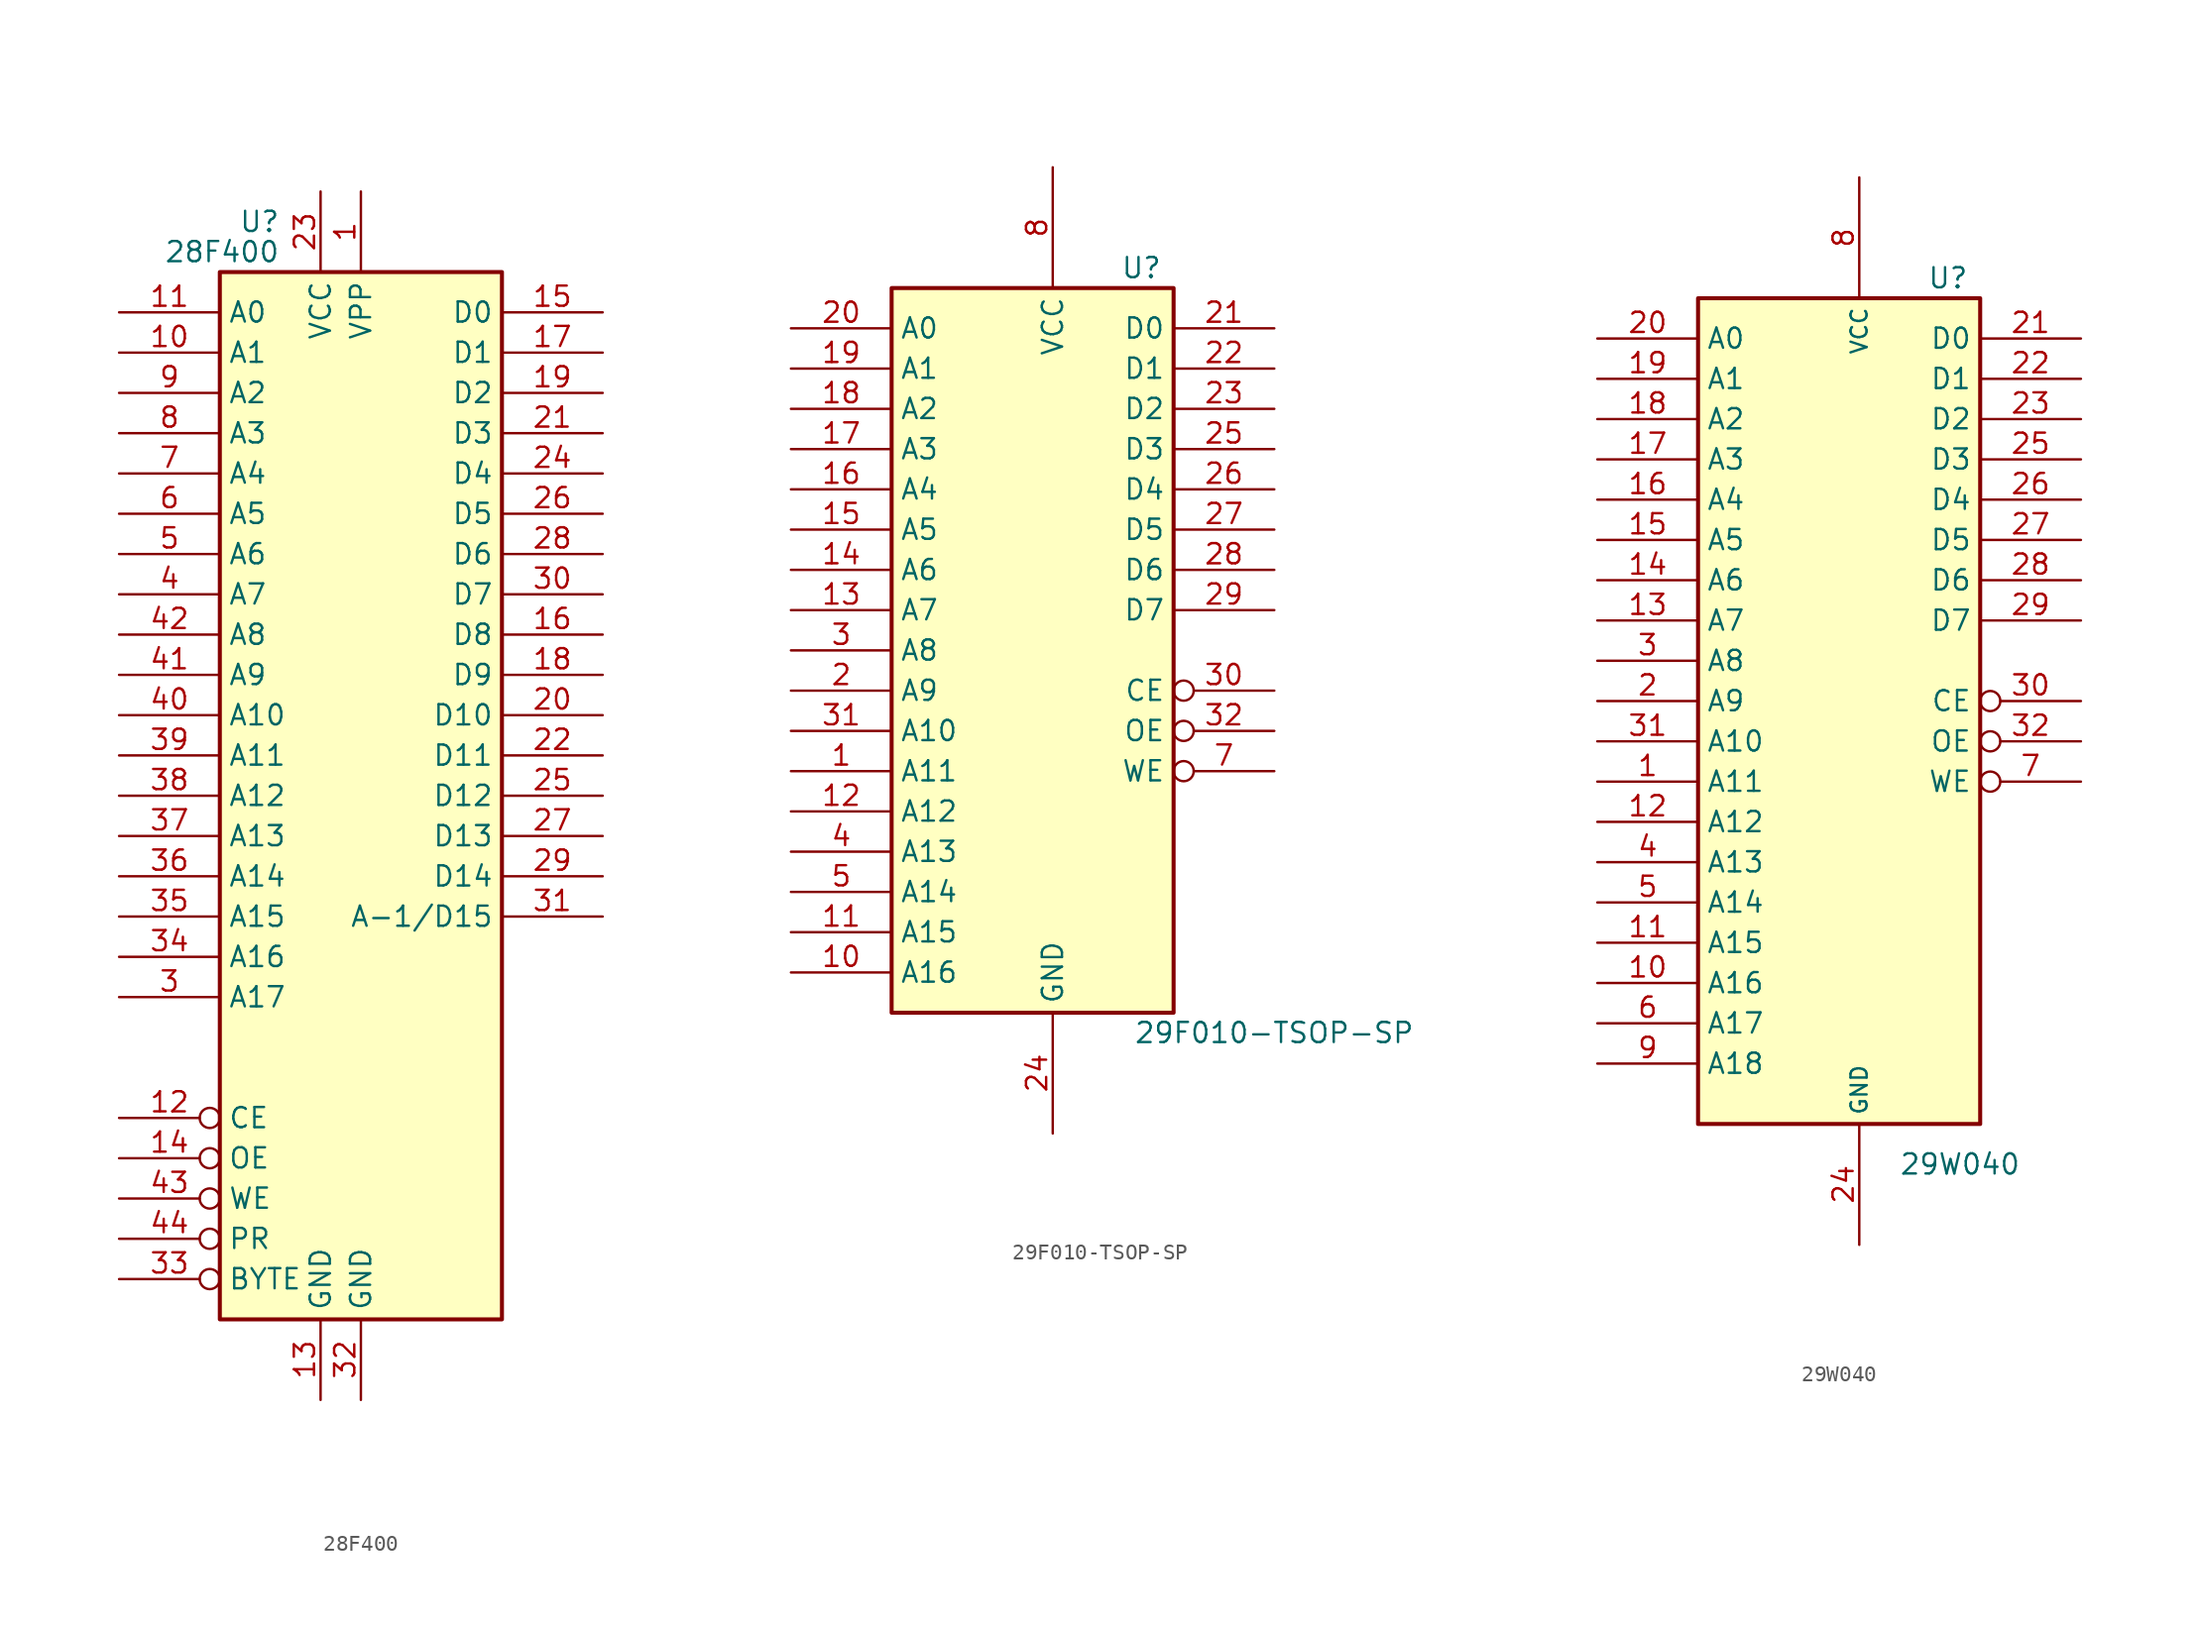
<source format=kicad_sym>
(kicad_symbol_lib
  (version 20200820)
  (host kicad_symbol_editor "5.99.0-a2341f0f33-1-1")
  (symbol "Memory_Flash:28F400"
    (pin_names
      (offset 0.508))
    (property "Reference" "U"
      (at -5.08 36.195 0)
      (effects (font (size 1.27 1.27)) (justify right)))
    (property "Value" "28F400"
      (at -5.08 34.29 0)
      (effects (font (size 1.27 1.27)) (justify right)))
    (symbol "28F400_0_1"
      (rectangle (start -8.89 33.02) (end 8.89 -33.02) (stroke (width 0.254)) (fill (type background))))
    (symbol "28F400_1_1"
      (pin power_in line (at 0 38.1 270) (length 5.08) (name "VPP" (effects (font (size 1.27 1.27)))) (number "1" (effects (font (size 1.27 1.27)))))
      (pin input line (at -15.24 27.94 0) (length 6.35) (name "A1" (effects (font (size 1.27 1.27)))) (number "10" (effects (font (size 1.27 1.27)))))
      (pin input line (at -15.24 30.48 0) (length 6.35) (name "A0" (effects (font (size 1.27 1.27)))) (number "11" (effects (font (size 1.27 1.27)))))
      (pin input inverted (at -15.24 -20.32 0) (length 6.35) (name "CE" (effects (font (size 1.27 1.27)))) (number "12" (effects (font (size 1.27 1.27)))))
      (pin power_in line (at -2.54 -38.1 90) (length 5.08) (name "GND" (effects (font (size 1.27 1.27)))) (number "13" (effects (font (size 1.27 1.27)))))
      (pin input inverted (at -15.24 -22.86 0) (length 6.35) (name "OE" (effects (font (size 1.27 1.27)))) (number "14" (effects (font (size 1.27 1.27)))))
      (pin tri_state line (at 15.24 30.48 180) (length 6.35) (name "D0" (effects (font (size 1.27 1.27)))) (number "15" (effects (font (size 1.27 1.27)))))
      (pin tri_state line (at 15.24 10.16 180) (length 6.35) (name "D8" (effects (font (size 1.27 1.27)))) (number "16" (effects (font (size 1.27 1.27)))))
      (pin tri_state line (at 15.24 27.94 180) (length 6.35) (name "D1" (effects (font (size 1.27 1.27)))) (number "17" (effects (font (size 1.27 1.27)))))
      (pin tri_state line (at 15.24 7.62 180) (length 6.35) (name "D9" (effects (font (size 1.27 1.27)))) (number "18" (effects (font (size 1.27 1.27)))))
      (pin tri_state line (at 15.24 25.4 180) (length 6.35) (name "D2" (effects (font (size 1.27 1.27)))) (number "19" (effects (font (size 1.27 1.27)))))
      (pin unconnected line (at 15.24 -30.48 180) (length 6.35) hide (name "DU" (effects (font (size 1.27 1.27)))) (number "2" (effects (font (size 1.27 1.27)))))
      (pin tri_state line (at 15.24 5.08 180) (length 6.35) (name "D10" (effects (font (size 1.27 1.27)))) (number "20" (effects (font (size 1.27 1.27)))))
      (pin tri_state line (at 15.24 22.86 180) (length 6.35) (name "D3" (effects (font (size 1.27 1.27)))) (number "21" (effects (font (size 1.27 1.27)))))
      (pin tri_state line (at 15.24 2.54 180) (length 6.35) (name "D11" (effects (font (size 1.27 1.27)))) (number "22" (effects (font (size 1.27 1.27)))))
      (pin power_in line (at -2.54 38.1 270) (length 5.08) (name "VCC" (effects (font (size 1.27 1.27)))) (number "23" (effects (font (size 1.27 1.27)))))
      (pin tri_state line (at 15.24 20.32 180) (length 6.35) (name "D4" (effects (font (size 1.27 1.27)))) (number "24" (effects (font (size 1.27 1.27)))))
      (pin tri_state line (at 15.24 0 180) (length 6.35) (name "D12" (effects (font (size 1.27 1.27)))) (number "25" (effects (font (size 1.27 1.27)))))
      (pin tri_state line (at 15.24 17.78 180) (length 6.35) (name "D5" (effects (font (size 1.27 1.27)))) (number "26" (effects (font (size 1.27 1.27)))))
      (pin tri_state line (at 15.24 -2.54 180) (length 6.35) (name "D13" (effects (font (size 1.27 1.27)))) (number "27" (effects (font (size 1.27 1.27)))))
      (pin tri_state line (at 15.24 15.24 180) (length 6.35) (name "D6" (effects (font (size 1.27 1.27)))) (number "28" (effects (font (size 1.27 1.27)))))
      (pin tri_state line (at 15.24 -5.08 180) (length 6.35) (name "D14" (effects (font (size 1.27 1.27)))) (number "29" (effects (font (size 1.27 1.27)))))
      (pin input line (at -15.24 -12.7 0) (length 6.35) (name "A17" (effects (font (size 1.27 1.27)))) (number "3" (effects (font (size 1.27 1.27)))))
      (pin tri_state line (at 15.24 12.7 180) (length 6.35) (name "D7" (effects (font (size 1.27 1.27)))) (number "30" (effects (font (size 1.27 1.27)))))
      (pin tri_state line (at 15.24 -7.62 180) (length 6.35) (name "A-1/D15" (effects (font (size 1.27 1.27)))) (number "31" (effects (font (size 1.27 1.27)))))
      (pin power_in line (at 0 -38.1 90) (length 5.08) (name "GND" (effects (font (size 1.27 1.27)))) (number "32" (effects (font (size 1.27 1.27)))))
      (pin input inverted (at -15.24 -30.48 0) (length 6.35) (name "BYTE" (effects (font (size 1.27 1.27)))) (number "33" (effects (font (size 1.27 1.27)))))
      (pin input line (at -15.24 -10.16 0) (length 6.35) (name "A16" (effects (font (size 1.27 1.27)))) (number "34" (effects (font (size 1.27 1.27)))))
      (pin input line (at -15.24 -7.62 0) (length 6.35) (name "A15" (effects (font (size 1.27 1.27)))) (number "35" (effects (font (size 1.27 1.27)))))
      (pin input line (at -15.24 -5.08 0) (length 6.35) (name "A14" (effects (font (size 1.27 1.27)))) (number "36" (effects (font (size 1.27 1.27)))))
      (pin input line (at -15.24 -2.54 0) (length 6.35) (name "A13" (effects (font (size 1.27 1.27)))) (number "37" (effects (font (size 1.27 1.27)))))
      (pin input line (at -15.24 0 0) (length 6.35) (name "A12" (effects (font (size 1.27 1.27)))) (number "38" (effects (font (size 1.27 1.27)))))
      (pin input line (at -15.24 2.54 0) (length 6.35) (name "A11" (effects (font (size 1.27 1.27)))) (number "39" (effects (font (size 1.27 1.27)))))
      (pin input line (at -15.24 12.7 0) (length 6.35) (name "A7" (effects (font (size 1.27 1.27)))) (number "4" (effects (font (size 1.27 1.27)))))
      (pin input line (at -15.24 5.08 0) (length 6.35) (name "A10" (effects (font (size 1.27 1.27)))) (number "40" (effects (font (size 1.27 1.27)))))
      (pin input line (at -15.24 7.62 0) (length 6.35) (name "A9" (effects (font (size 1.27 1.27)))) (number "41" (effects (font (size 1.27 1.27)))))
      (pin input line (at -15.24 10.16 0) (length 6.35) (name "A8" (effects (font (size 1.27 1.27)))) (number "42" (effects (font (size 1.27 1.27)))))
      (pin input inverted (at -15.24 -25.4 0) (length 6.35) (name "WE" (effects (font (size 1.27 1.27)))) (number "43" (effects (font (size 1.27 1.27)))))
      (pin input inverted (at -15.24 -27.94 0) (length 6.35) (name "PR" (effects (font (size 1.27 1.27)))) (number "44" (effects (font (size 1.27 1.27)))))
      (pin input line (at -15.24 15.24 0) (length 6.35) (name "A6" (effects (font (size 1.27 1.27)))) (number "5" (effects (font (size 1.27 1.27)))))
      (pin input line (at -15.24 17.78 0) (length 6.35) (name "A5" (effects (font (size 1.27 1.27)))) (number "6" (effects (font (size 1.27 1.27)))))
      (pin input line (at -15.24 20.32 0) (length 6.35) (name "A4" (effects (font (size 1.27 1.27)))) (number "7" (effects (font (size 1.27 1.27)))))
      (pin input line (at -15.24 22.86 0) (length 6.35) (name "A3" (effects (font (size 1.27 1.27)))) (number "8" (effects (font (size 1.27 1.27)))))
      (pin input line (at -15.24 25.4 0) (length 6.35) (name "A2" (effects (font (size 1.27 1.27)))) (number "9" (effects (font (size 1.27 1.27)))))))
  (symbol "Memory_Flash:29F010-TSOP-SP"
    (pin_names
      (offset 0.508))
    (property "Reference" "U"
      (at 6.858 24.13 0)
      (effects (font (size 1.27 1.27))))
    (property "Value" "29F010-TSOP-SP"
      (at 15.24 -24.13 0)
      (effects (font (size 1.27 1.27))))
    (symbol "29F010-TSOP-SP_0_1"
      (rectangle (start -8.89 -22.86) (end 8.89 22.86) (stroke (width 0.254)) (fill (type background))))
    (symbol "29F010-TSOP-SP_1_1"
      (pin input line (at -15.24 -7.62 0) (length 6.35) (name "A11" (effects (font (size 1.27 1.27)))) (number "1" (effects (font (size 1.27 1.27)))))
      (pin input line (at -15.24 -20.32 0) (length 6.35) (name "A16" (effects (font (size 1.27 1.27)))) (number "10" (effects (font (size 1.27 1.27)))))
      (pin input line (at -15.24 -17.78 0) (length 6.35) (name "A15" (effects (font (size 1.27 1.27)))) (number "11" (effects (font (size 1.27 1.27)))))
      (pin input line (at -15.24 -10.16 0) (length 6.35) (name "A12" (effects (font (size 1.27 1.27)))) (number "12" (effects (font (size 1.27 1.27)))))
      (pin input line (at -15.24 2.54 0) (length 6.35) (name "A7" (effects (font (size 1.27 1.27)))) (number "13" (effects (font (size 1.27 1.27)))))
      (pin input line (at -15.24 5.08 0) (length 6.35) (name "A6" (effects (font (size 1.27 1.27)))) (number "14" (effects (font (size 1.27 1.27)))))
      (pin input line (at -15.24 7.62 0) (length 6.35) (name "A5" (effects (font (size 1.27 1.27)))) (number "15" (effects (font (size 1.27 1.27)))))
      (pin input line (at -15.24 10.16 0) (length 6.35) (name "A4" (effects (font (size 1.27 1.27)))) (number "16" (effects (font (size 1.27 1.27)))))
      (pin input line (at -15.24 12.7 0) (length 6.35) (name "A3" (effects (font (size 1.27 1.27)))) (number "17" (effects (font (size 1.27 1.27)))))
      (pin input line (at -15.24 15.24 0) (length 6.35) (name "A2" (effects (font (size 1.27 1.27)))) (number "18" (effects (font (size 1.27 1.27)))))
      (pin input line (at -15.24 17.78 0) (length 6.35) (name "A1" (effects (font (size 1.27 1.27)))) (number "19" (effects (font (size 1.27 1.27)))))
      (pin input line (at -15.24 -2.54 0) (length 6.35) (name "A9" (effects (font (size 1.27 1.27)))) (number "2" (effects (font (size 1.27 1.27)))))
      (pin input line (at -15.24 20.32 0) (length 6.35) (name "A0" (effects (font (size 1.27 1.27)))) (number "20" (effects (font (size 1.27 1.27)))))
      (pin tri_state line (at 15.24 20.32 180) (length 6.35) (name "D0" (effects (font (size 1.27 1.27)))) (number "21" (effects (font (size 1.27 1.27)))))
      (pin tri_state line (at 15.24 17.78 180) (length 6.35) (name "D1" (effects (font (size 1.27 1.27)))) (number "22" (effects (font (size 1.27 1.27)))))
      (pin tri_state line (at 15.24 15.24 180) (length 6.35) (name "D2" (effects (font (size 1.27 1.27)))) (number "23" (effects (font (size 1.27 1.27)))))
      (pin input line (at 1.27 -30.48 90) (length 7.62) (name "GND" (effects (font (size 1.27 1.27)))) (number "24" (effects (font (size 1.27 1.27)))))
      (pin tri_state line (at 15.24 12.7 180) (length 6.35) (name "D3" (effects (font (size 1.27 1.27)))) (number "25" (effects (font (size 1.27 1.27)))))
      (pin tri_state line (at 15.24 10.16 180) (length 6.35) (name "D4" (effects (font (size 1.27 1.27)))) (number "26" (effects (font (size 1.27 1.27)))))
      (pin tri_state line (at 15.24 7.62 180) (length 6.35) (name "D5" (effects (font (size 1.27 1.27)))) (number "27" (effects (font (size 1.27 1.27)))))
      (pin tri_state line (at 15.24 5.08 180) (length 6.35) (name "D6" (effects (font (size 1.27 1.27)))) (number "28" (effects (font (size 1.27 1.27)))))
      (pin tri_state line (at 15.24 2.54 180) (length 6.35) (name "D7" (effects (font (size 1.27 1.27)))) (number "29" (effects (font (size 1.27 1.27)))))
      (pin input line (at -15.24 0 0) (length 6.35) (name "A8" (effects (font (size 1.27 1.27)))) (number "3" (effects (font (size 1.27 1.27)))))
      (pin input inverted (at 15.24 -2.54 180) (length 6.35) (name "CE" (effects (font (size 1.27 1.27)))) (number "30" (effects (font (size 1.27 1.27)))))
      (pin input line (at -15.24 -5.08 0) (length 6.35) (name "A10" (effects (font (size 1.27 1.27)))) (number "31" (effects (font (size 1.27 1.27)))))
      (pin input inverted (at 15.24 -5.08 180) (length 6.35) (name "OE" (effects (font (size 1.27 1.27)))) (number "32" (effects (font (size 1.27 1.27)))))
      (pin input line (at -15.24 -12.7 0) (length 6.35) (name "A13" (effects (font (size 1.27 1.27)))) (number "4" (effects (font (size 1.27 1.27)))))
      (pin input line (at -15.24 -15.24 0) (length 6.35) (name "A14" (effects (font (size 1.27 1.27)))) (number "5" (effects (font (size 1.27 1.27)))))
      (pin input inverted (at 15.24 -7.62 180) (length 6.35) (name "WE" (effects (font (size 1.27 1.27)))) (number "7" (effects (font (size 1.27 1.27)))))
      (pin input line (at 1.27 30.48 270) (length 7.62) (name "VCC" (effects (font (size 1.27 1.27)))) (number "8" (effects (font (size 1.27 1.27)))))))
  (symbol "Memory_Flash:29W040"
    (pin_names
      (offset 0.508))
    (property "Reference" "U"
      (at 6.858 24.13 0)
      (effects (font (size 1.27 1.27))))
    (property "Value" "29W040"
      (at 7.62 -31.75 0)
      (effects (font (size 1.27 1.27))))
    (symbol "29W040_0_1"
      (rectangle (start -8.89 22.86) (end 8.89 -29.21) (stroke (width 0.254)) (fill (type background))))
    (symbol "29W040_1_1"
      (pin input line (at -15.24 -7.62 0) (length 6.35) (name "A11" (effects (font (size 1.27 1.27)))) (number "1" (effects (font (size 1.27 1.27)))))
      (pin input line (at -15.24 -20.32 0) (length 6.35) (name "A16" (effects (font (size 1.27 1.27)))) (number "10" (effects (font (size 1.27 1.27)))))
      (pin input line (at -15.24 -17.78 0) (length 6.35) (name "A15" (effects (font (size 1.27 1.27)))) (number "11" (effects (font (size 1.27 1.27)))))
      (pin input line (at -15.24 -10.16 0) (length 6.35) (name "A12" (effects (font (size 1.27 1.27)))) (number "12" (effects (font (size 1.27 1.27)))))
      (pin input line (at -15.24 2.54 0) (length 6.35) (name "A7" (effects (font (size 1.27 1.27)))) (number "13" (effects (font (size 1.27 1.27)))))
      (pin input line (at -15.24 5.08 0) (length 6.35) (name "A6" (effects (font (size 1.27 1.27)))) (number "14" (effects (font (size 1.27 1.27)))))
      (pin input line (at -15.24 7.62 0) (length 6.35) (name "A5" (effects (font (size 1.27 1.27)))) (number "15" (effects (font (size 1.27 1.27)))))
      (pin input line (at -15.24 10.16 0) (length 6.35) (name "A4" (effects (font (size 1.27 1.27)))) (number "16" (effects (font (size 1.27 1.27)))))
      (pin input line (at -15.24 12.7 0) (length 6.35) (name "A3" (effects (font (size 1.27 1.27)))) (number "17" (effects (font (size 1.27 1.27)))))
      (pin input line (at -15.24 15.24 0) (length 6.35) (name "A2" (effects (font (size 1.27 1.27)))) (number "18" (effects (font (size 1.27 1.27)))))
      (pin input line (at -15.24 17.78 0) (length 6.35) (name "A1" (effects (font (size 1.27 1.27)))) (number "19" (effects (font (size 1.27 1.27)))))
      (pin input line (at -15.24 -2.54 0) (length 6.35) (name "A9" (effects (font (size 1.27 1.27)))) (number "2" (effects (font (size 1.27 1.27)))))
      (pin input line (at -15.24 20.32 0) (length 6.35) (name "A0" (effects (font (size 1.27 1.27)))) (number "20" (effects (font (size 1.27 1.27)))))
      (pin tri_state line (at 15.24 20.32 180) (length 6.35) (name "D0" (effects (font (size 1.27 1.27)))) (number "21" (effects (font (size 1.27 1.27)))))
      (pin tri_state line (at 15.24 17.78 180) (length 6.35) (name "D1" (effects (font (size 1.27 1.27)))) (number "22" (effects (font (size 1.27 1.27)))))
      (pin tri_state line (at 15.24 15.24 180) (length 6.35) (name "D2" (effects (font (size 1.27 1.27)))) (number "23" (effects (font (size 1.27 1.27)))))
      (pin power_in line (at 1.27 -36.83 90) (length 7.62) (name "GND" (effects (font (size 1.016 1.016)))) (number "24" (effects (font (size 1.27 1.27)))))
      (pin tri_state line (at 15.24 12.7 180) (length 6.35) (name "D3" (effects (font (size 1.27 1.27)))) (number "25" (effects (font (size 1.27 1.27)))))
      (pin tri_state line (at 15.24 10.16 180) (length 6.35) (name "D4" (effects (font (size 1.27 1.27)))) (number "26" (effects (font (size 1.27 1.27)))))
      (pin tri_state line (at 15.24 7.62 180) (length 6.35) (name "D5" (effects (font (size 1.27 1.27)))) (number "27" (effects (font (size 1.27 1.27)))))
      (pin tri_state line (at 15.24 5.08 180) (length 6.35) (name "D6" (effects (font (size 1.27 1.27)))) (number "28" (effects (font (size 1.27 1.27)))))
      (pin tri_state line (at 15.24 2.54 180) (length 6.35) (name "D7" (effects (font (size 1.27 1.27)))) (number "29" (effects (font (size 1.27 1.27)))))
      (pin input line (at -15.24 0 0) (length 6.35) (name "A8" (effects (font (size 1.27 1.27)))) (number "3" (effects (font (size 1.27 1.27)))))
      (pin input inverted (at 15.24 -2.54 180) (length 6.35) (name "CE" (effects (font (size 1.27 1.27)))) (number "30" (effects (font (size 1.27 1.27)))))
      (pin input line (at -15.24 -5.08 0) (length 6.35) (name "A10" (effects (font (size 1.27 1.27)))) (number "31" (effects (font (size 1.27 1.27)))))
      (pin input inverted (at 15.24 -5.08 180) (length 6.35) (name "OE" (effects (font (size 1.27 1.27)))) (number "32" (effects (font (size 1.27 1.27)))))
      (pin input line (at -15.24 -12.7 0) (length 6.35) (name "A13" (effects (font (size 1.27 1.27)))) (number "4" (effects (font (size 1.27 1.27)))))
      (pin input line (at -15.24 -15.24 0) (length 6.35) (name "A14" (effects (font (size 1.27 1.27)))) (number "5" (effects (font (size 1.27 1.27)))))
      (pin input line (at -15.24 -22.86 0) (length 6.35) (name "A17" (effects (font (size 1.27 1.27)))) (number "6" (effects (font (size 1.27 1.27)))))
      (pin input inverted (at 15.24 -7.62 180) (length 6.35) (name "WE" (effects (font (size 1.27 1.27)))) (number "7" (effects (font (size 1.27 1.27)))))
      (pin power_in line (at 1.27 30.48 270) (length 7.62) (name "VCC" (effects (font (size 1.016 1.016)))) (number "8" (effects (font (size 1.27 1.27)))))
      (pin input line (at -15.24 -25.4 0) (length 6.35) (name "A18" (effects (font (size 1.27 1.27)))) (number "9" (effects (font (size 1.27 1.27))))))))
</source>
